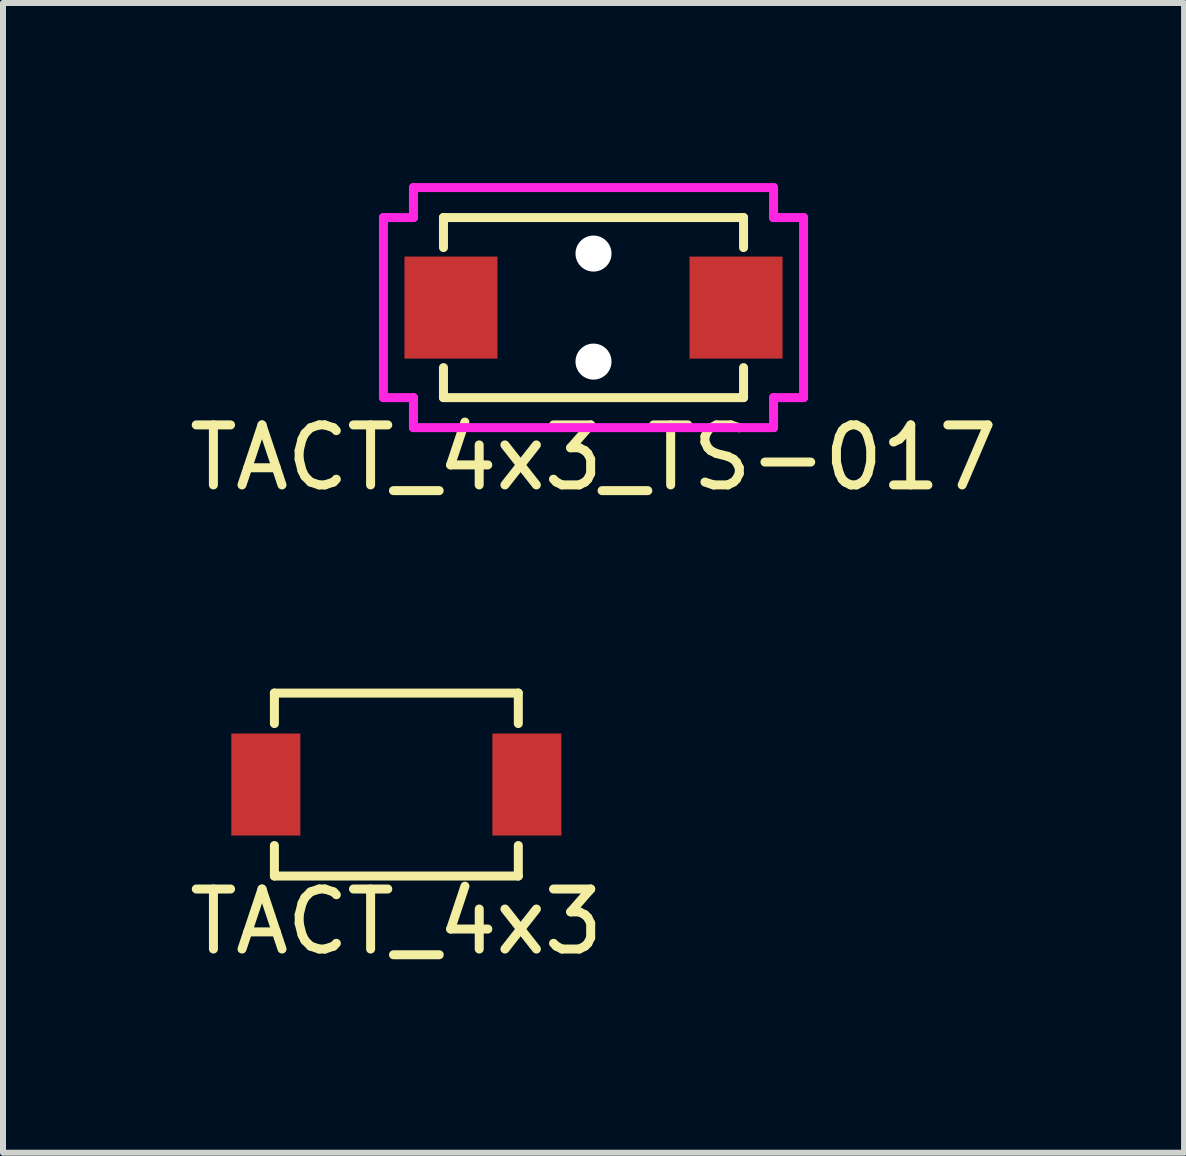
<source format=kicad_pcb>
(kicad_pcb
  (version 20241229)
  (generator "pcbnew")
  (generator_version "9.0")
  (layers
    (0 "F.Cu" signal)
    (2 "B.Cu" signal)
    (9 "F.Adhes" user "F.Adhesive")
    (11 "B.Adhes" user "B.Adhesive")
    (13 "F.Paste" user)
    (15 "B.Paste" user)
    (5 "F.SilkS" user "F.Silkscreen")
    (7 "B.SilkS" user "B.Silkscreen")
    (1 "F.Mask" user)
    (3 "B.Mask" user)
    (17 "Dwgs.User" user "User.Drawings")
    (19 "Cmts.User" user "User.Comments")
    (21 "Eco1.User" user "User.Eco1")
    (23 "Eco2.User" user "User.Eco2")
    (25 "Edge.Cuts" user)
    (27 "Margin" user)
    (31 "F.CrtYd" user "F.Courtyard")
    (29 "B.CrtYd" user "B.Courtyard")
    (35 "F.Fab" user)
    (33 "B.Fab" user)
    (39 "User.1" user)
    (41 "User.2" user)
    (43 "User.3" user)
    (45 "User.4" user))
  (footprint "TACT_4x3"
    (layer "F.Cu")
    (at 3.554 10.022)
    (property "Reference" "TACT_4x3" (at 0 2.286 0) (layer "F.SilkS") (effects (font (size 1 1) (thickness 0.15))))
    (attr through_hole)
    (fp_line (start -2.032 -1.524) (end 2.032 -1.524) (stroke (width 0.15) (type solid)) (layer "F.SilkS"))
    (fp_line (start -2.032 -1.016) (end -2.032 -1.524) (stroke (width 0.15) (type solid)) (layer "F.SilkS"))
    (fp_line (start -2.032 1.524) (end -2.032 1.016) (stroke (width 0.15) (type solid)) (layer "F.SilkS"))
    (fp_line (start 2.032 -1.524) (end 2.032 -1.016) (stroke (width 0.15) (type solid)) (layer "F.SilkS"))
    (fp_line (start 2.032 1.016) (end 2.032 1.524) (stroke (width 0.15) (type solid)) (layer "F.SilkS"))
    (fp_line (start 2.032 1.524) (end -2.032 1.524) (stroke (width 0.15) (type solid)) (layer "F.SilkS"))
    (pad "1" smd rect (at -2.175 0) (size 1.15 1.7) (layers "F.Cu" "F.Mask" "F.Paste"))
    (pad "2" smd rect (at 2.175 0) (size 1.15 1.7) (layers "F.Cu" "F.Mask" "F.Paste")))
  (footprint "TACT_4x3_TS-017"
    (layer "F.Cu")
    (at 6.839 2.075)
    (property "Reference" "TACT_4x3_TS-017" (at 0 2.5 0) (layer "F.SilkS") (effects (font (size 1 1) (thickness 0.15))))
    (attr through_hole)
    (fp_line (start -2.5 -1.5) (end 2.5 -1.5) (stroke (width 0.15) (type solid)) (layer "F.SilkS"))
    (fp_line (start -2.5 -1) (end -2.5 -1.5) (stroke (width 0.15) (type solid)) (layer "F.SilkS"))
    (fp_line (start -2.5 1.5) (end -2.5 1) (stroke (width 0.15) (type solid)) (layer "F.SilkS"))
    (fp_line (start 2.5 -1.5) (end 2.5 -1) (stroke (width 0.15) (type solid)) (layer "F.SilkS"))
    (fp_line (start 2.5 1) (end 2.5 1.5) (stroke (width 0.15) (type solid)) (layer "F.SilkS"))
    (fp_line (start 2.5 1.5) (end -2.5 1.5) (stroke (width 0.15) (type solid)) (layer "F.SilkS"))
    (fp_line (start -3.5 -1.5) (end -3 -1.5) (stroke (width 0.15) (type solid)) (layer "F.CrtYd"))
    (fp_line (start -3.5 1.5) (end -3.5 -1.5) (stroke (width 0.15) (type solid)) (layer "F.CrtYd"))
    (fp_line (start -3 -2) (end 3 -2) (stroke (width 0.15) (type solid)) (layer "F.CrtYd"))
    (fp_line (start -3 -1.5) (end -3 -2) (stroke (width 0.15) (type solid)) (layer "F.CrtYd"))
    (fp_line (start -3 1.5) (end -3.5 1.5) (stroke (width 0.15) (type solid)) (layer "F.CrtYd"))
    (fp_line (start -3 2) (end -3 1.5) (stroke (width 0.15) (type solid)) (layer "F.CrtYd"))
    (fp_line (start 3 -2) (end 3 -1.5) (stroke (width 0.15) (type solid)) (layer "F.CrtYd"))
    (fp_line (start 3 -1.5) (end 3.5 -1.5) (stroke (width 0.15) (type solid)) (layer "F.CrtYd"))
    (fp_line (start 3 1.5) (end 3 2) (stroke (width 0.15) (type solid)) (layer "F.CrtYd"))
    (fp_line (start 3 2) (end -3 2) (stroke (width 0.15) (type solid)) (layer "F.CrtYd"))
    (fp_line (start 3.5 -1.5) (end 3.5 1.5) (stroke (width 0.15) (type solid)) (layer "F.CrtYd"))
    (fp_line (start 3.5 1.5) (end 3 1.5) (stroke (width 0.15) (type solid)) (layer "F.CrtYd"))
    (pad "" np_thru_hole circle (at 0 -0.9) (size 0.6 0.6) (drill 0.6) (layers "*.Cu" "*.Mask"))
    (pad "" np_thru_hole circle (at 0 0.9) (size 0.6 0.6) (drill 0.6) (layers "*.Cu" "*.Mask"))
    (pad "1" smd rect (at -2.375 0) (size 1.55 1.7) (layers "F.Cu" "F.Mask" "F.Paste"))
    (pad "2" smd rect (at 2.375 0) (size 1.55 1.7) (layers "F.Cu" "F.Mask" "F.Paste")))
  (gr_rect
    (start -3 -3)
    (end 16.679 16.157)
    (stroke (width 0.1) (type default))
    (fill no)
    (layer "Edge.Cuts")))
</source>
